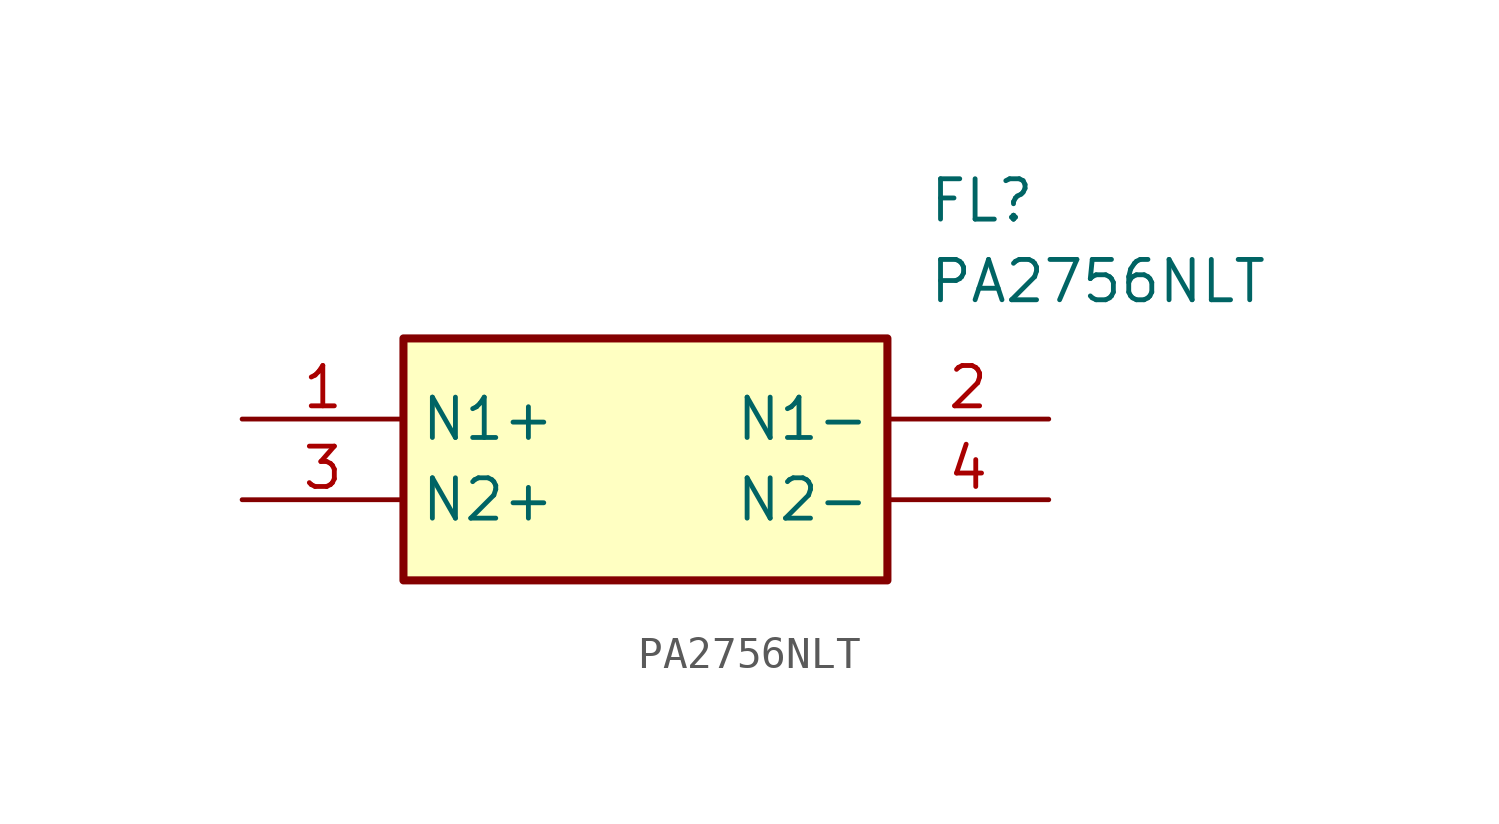
<source format=kicad_sym>
(kicad_symbol_lib
  (version 20211014)
  (generator SamacSys_ECAD_Model)
  (symbol "PA2756NLT"
    (property "Reference" "FL"
      (at 21.59 7.62 0)
      (effects (font (size 1.27 1.27)) (justify left top)))
    (property "Value" "PA2756NLT"
      (at 21.59 5.08 0)
      (effects (font (size 1.27 1.27)) (justify left top)))
    (rectangle
      (start 5.08 2.54)
      (end 20.32 -5.08)
      (stroke (width 0.254) (type default))
      (fill (type background)))
    (pin passive line
      (at 0 0 0)
      (length 5.08)
      (name "N1+" (effects (font (size 1.27 1.27))))
      (number "1" (effects (font (size 1.27 1.27)))))
    (pin passive line
      (at 25.4 0 180)
      (length 5.08)
      (name "N1-" (effects (font (size 1.27 1.27))))
      (number "2" (effects (font (size 1.27 1.27)))))
    (pin passive line
      (at 0 -2.54 0)
      (length 5.08)
      (name "N2+" (effects (font (size 1.27 1.27))))
      (number "3" (effects (font (size 1.27 1.27)))))
    (pin passive line
      (at 25.4 -2.54 180)
      (length 5.08)
      (name "N2-" (effects (font (size 1.27 1.27))))
      (number "4" (effects (font (size 1.27 1.27)))))))
</source>
